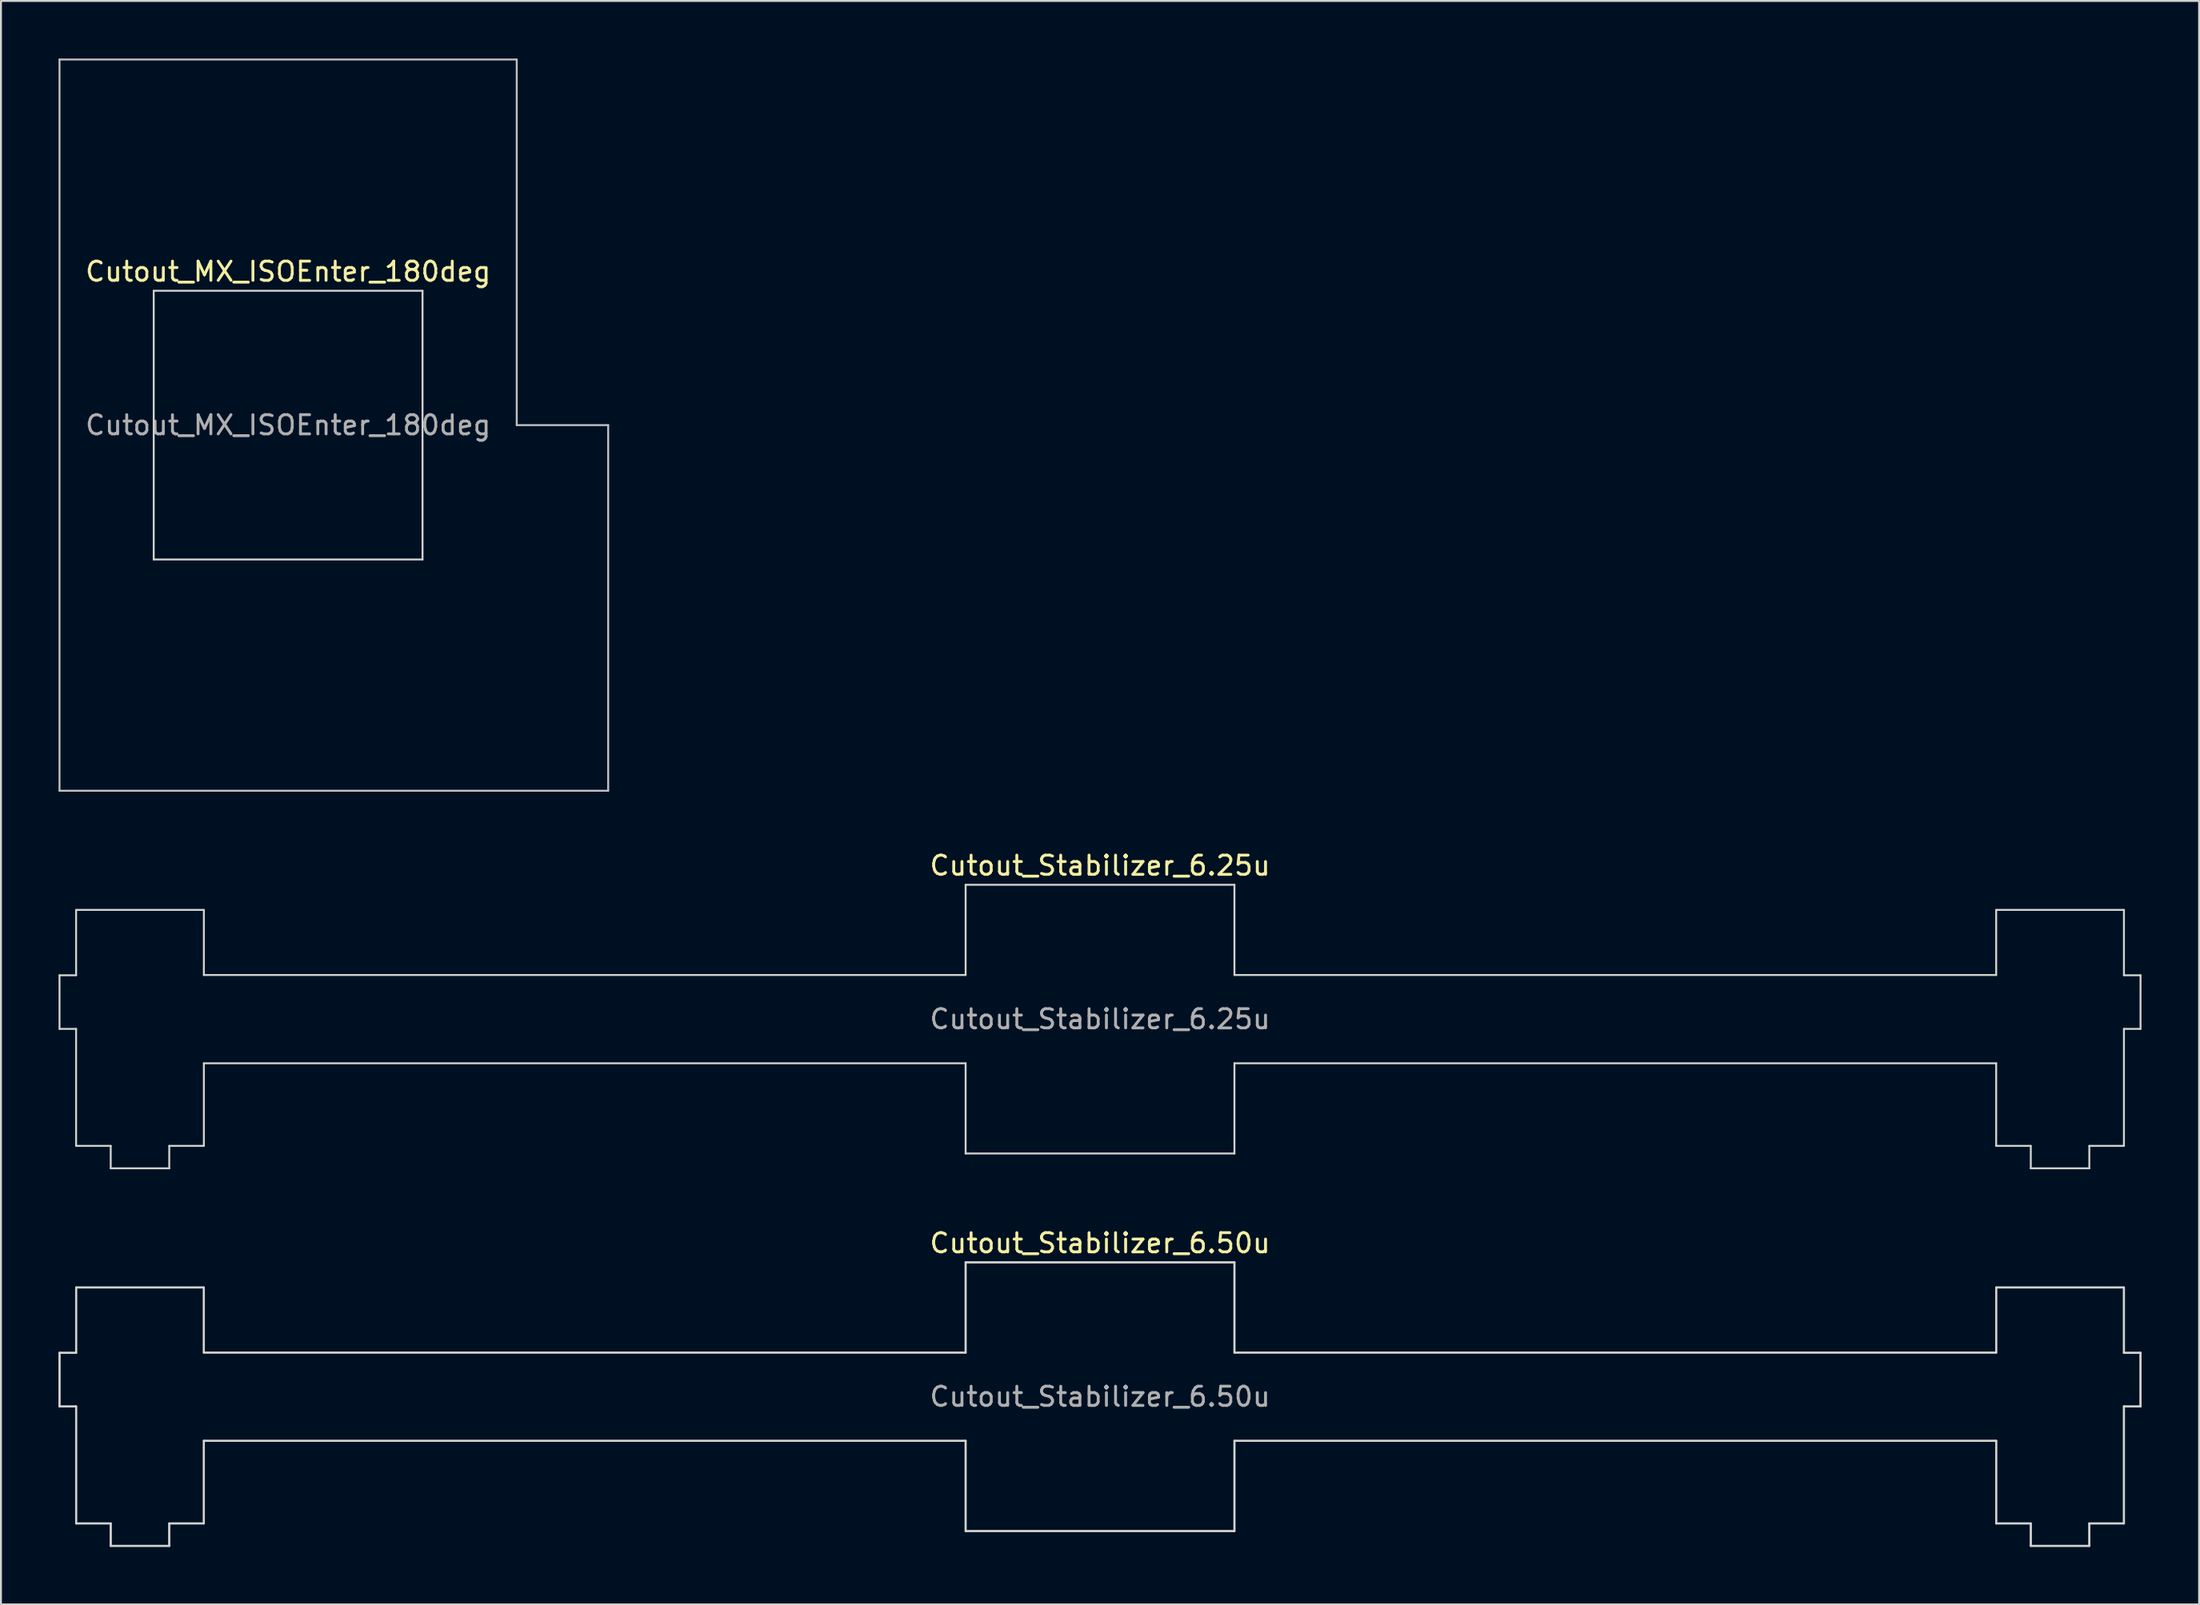
<source format=kicad_pcb>
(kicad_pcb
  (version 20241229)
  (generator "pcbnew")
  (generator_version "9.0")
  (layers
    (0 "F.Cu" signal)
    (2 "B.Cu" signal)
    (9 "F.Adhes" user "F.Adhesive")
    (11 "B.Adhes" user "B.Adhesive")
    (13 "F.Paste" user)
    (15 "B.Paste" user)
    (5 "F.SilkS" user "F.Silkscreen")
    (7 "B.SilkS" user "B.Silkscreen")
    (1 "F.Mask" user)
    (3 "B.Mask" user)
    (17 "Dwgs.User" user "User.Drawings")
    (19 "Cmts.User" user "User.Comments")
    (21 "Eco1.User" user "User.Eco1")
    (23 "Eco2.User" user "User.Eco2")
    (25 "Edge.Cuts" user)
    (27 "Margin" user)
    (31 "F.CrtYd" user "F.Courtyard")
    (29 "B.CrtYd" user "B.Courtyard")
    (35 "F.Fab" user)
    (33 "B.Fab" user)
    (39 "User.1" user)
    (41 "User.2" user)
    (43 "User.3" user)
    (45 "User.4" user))
  (footprint "Cutout_Stabilizer_6.25u"
    (layer "F.Cu")
    (at 54.241 50.048)
    (property "Reference" "Cutout_Stabilizer_6.25u" (at 0 -8 0) (layer "F.SilkS") (effects (font (size 1 1) (thickness 0.15))))
    (attr through_hole)
    (fp_line (start -54.191 -2.286) (end -53.327 -2.286) (stroke (width 0.1) (type solid)) (layer "Edge.Cuts"))
    (fp_line (start -54.191 0.508) (end -54.191 -2.286) (stroke (width 0.1) (type solid)) (layer "Edge.Cuts"))
    (fp_line (start -53.327 -5.69) (end -46.673 -5.69) (stroke (width 0.1) (type solid)) (layer "Edge.Cuts"))
    (fp_line (start -53.327 -2.286) (end -53.327 -5.69) (stroke (width 0.1) (type solid)) (layer "Edge.Cuts"))
    (fp_line (start -53.327 0.508) (end -54.191 0.508) (stroke (width 0.1) (type solid)) (layer "Edge.Cuts"))
    (fp_line (start -53.327 6.604) (end -53.327 0.508) (stroke (width 0.1) (type solid)) (layer "Edge.Cuts"))
    (fp_line (start -51.524 6.604) (end -53.327 6.604) (stroke (width 0.1) (type solid)) (layer "Edge.Cuts"))
    (fp_line (start -51.524 7.772) (end -51.524 6.604) (stroke (width 0.1) (type solid)) (layer "Edge.Cuts"))
    (fp_line (start -48.476 6.604) (end -48.476 7.772) (stroke (width 0.1) (type solid)) (layer "Edge.Cuts"))
    (fp_line (start -48.476 7.772) (end -51.524 7.772) (stroke (width 0.1) (type solid)) (layer "Edge.Cuts"))
    (fp_line (start -46.673 -5.69) (end -46.673 -2.3) (stroke (width 0.1) (type solid)) (layer "Edge.Cuts"))
    (fp_line (start -46.673 -2.3) (end -7 -2.3) (stroke (width 0.1) (type solid)) (layer "Edge.Cuts"))
    (fp_line (start -46.673 2.3) (end -46.673 6.604) (stroke (width 0.1) (type solid)) (layer "Edge.Cuts"))
    (fp_line (start -46.673 6.604) (end -48.476 6.604) (stroke (width 0.1) (type solid)) (layer "Edge.Cuts"))
    (fp_line (start -7 -7) (end -7 -2.3) (stroke (width 0.1) (type solid)) (layer "Edge.Cuts"))
    (fp_line (start -7 -7) (end 7 -7) (stroke (width 0.1) (type solid)) (layer "Edge.Cuts"))
    (fp_line (start -7 2.3) (end -46.673 2.3) (stroke (width 0.1) (type solid)) (layer "Edge.Cuts"))
    (fp_line (start -7 2.3) (end -7 7) (stroke (width 0.1) (type solid)) (layer "Edge.Cuts"))
    (fp_line (start -7 7) (end 7 7) (stroke (width 0.1) (type solid)) (layer "Edge.Cuts"))
    (fp_line (start 7 -7) (end 7 -2.3) (stroke (width 0.1) (type solid)) (layer "Edge.Cuts"))
    (fp_line (start 7 2.3) (end 7 7) (stroke (width 0.1) (type solid)) (layer "Edge.Cuts"))
    (fp_line (start 7 2.3) (end 46.673 2.3) (stroke (width 0.1) (type solid)) (layer "Edge.Cuts"))
    (fp_line (start 46.673 -5.69) (end 46.673 -2.3) (stroke (width 0.1) (type solid)) (layer "Edge.Cuts"))
    (fp_line (start 46.673 -2.3) (end 7 -2.3) (stroke (width 0.1) (type solid)) (layer "Edge.Cuts"))
    (fp_line (start 46.673 2.3) (end 46.673 6.604) (stroke (width 0.1) (type solid)) (layer "Edge.Cuts"))
    (fp_line (start 46.673 6.604) (end 48.476 6.604) (stroke (width 0.1) (type solid)) (layer "Edge.Cuts"))
    (fp_line (start 48.476 6.604) (end 48.476 7.772) (stroke (width 0.1) (type solid)) (layer "Edge.Cuts"))
    (fp_line (start 48.476 7.772) (end 51.524 7.772) (stroke (width 0.1) (type solid)) (layer "Edge.Cuts"))
    (fp_line (start 51.524 6.604) (end 53.327 6.604) (stroke (width 0.1) (type solid)) (layer "Edge.Cuts"))
    (fp_line (start 51.524 7.772) (end 51.524 6.604) (stroke (width 0.1) (type solid)) (layer "Edge.Cuts"))
    (fp_line (start 53.327 -5.69) (end 46.673 -5.69) (stroke (width 0.1) (type solid)) (layer "Edge.Cuts"))
    (fp_line (start 53.327 -2.286) (end 53.327 -5.69) (stroke (width 0.1) (type solid)) (layer "Edge.Cuts"))
    (fp_line (start 53.327 0.508) (end 54.191 0.508) (stroke (width 0.1) (type solid)) (layer "Edge.Cuts"))
    (fp_line (start 53.327 6.604) (end 53.327 0.508) (stroke (width 0.1) (type solid)) (layer "Edge.Cuts"))
    (fp_line (start 54.191 -2.286) (end 53.327 -2.286) (stroke (width 0.1) (type solid)) (layer "Edge.Cuts"))
    (fp_line (start 54.191 0.508) (end 54.191 -2.286) (stroke (width 0.1) (type solid)) (layer "Edge.Cuts"))
    (fp_text user "${REFERENCE}" (at 0 0 0) (layer "F.Fab") (effects (font (size 1 1) (thickness 0.15)))))
  (footprint "Cutout_Stabilizer_6.50u"
    (layer "F.Cu")
    (at 54.241 69.719)
    (property "Reference" "Cutout_Stabilizer_6.50u" (at 0 -8 0) (layer "F.SilkS") (effects (font (size 1 1) (thickness 0.15))))
    (attr through_hole)
    (fp_line (start -54.191 -2.286) (end -53.327 -2.286) (stroke (width 0.1) (type solid)) (layer "Edge.Cuts"))
    (fp_line (start -54.191 -2.286) (end -53.327 -2.286) (stroke (width 0.1) (type solid)) (layer "Edge.Cuts"))
    (fp_line (start -54.191 0.508) (end -54.191 -2.286) (stroke (width 0.1) (type solid)) (layer "Edge.Cuts"))
    (fp_line (start -54.191 0.508) (end -54.191 -2.286) (stroke (width 0.1) (type solid)) (layer "Edge.Cuts"))
    (fp_line (start -53.327 -5.69) (end -46.673 -5.69) (stroke (width 0.1) (type solid)) (layer "Edge.Cuts"))
    (fp_line (start -53.327 -5.69) (end -46.673 -5.69) (stroke (width 0.1) (type solid)) (layer "Edge.Cuts"))
    (fp_line (start -53.327 -2.286) (end -53.327 -5.69) (stroke (width 0.1) (type solid)) (layer "Edge.Cuts"))
    (fp_line (start -53.327 -2.286) (end -53.327 -5.69) (stroke (width 0.1) (type solid)) (layer "Edge.Cuts"))
    (fp_line (start -53.327 0.508) (end -54.191 0.508) (stroke (width 0.1) (type solid)) (layer "Edge.Cuts"))
    (fp_line (start -53.327 0.508) (end -54.191 0.508) (stroke (width 0.1) (type solid)) (layer "Edge.Cuts"))
    (fp_line (start -53.327 6.604) (end -53.327 0.508) (stroke (width 0.1) (type solid)) (layer "Edge.Cuts"))
    (fp_line (start -53.327 6.604) (end -53.327 0.508) (stroke (width 0.1) (type solid)) (layer "Edge.Cuts"))
    (fp_line (start -51.524 6.604) (end -53.327 6.604) (stroke (width 0.1) (type solid)) (layer "Edge.Cuts"))
    (fp_line (start -51.524 6.604) (end -53.327 6.604) (stroke (width 0.1) (type solid)) (layer "Edge.Cuts"))
    (fp_line (start -51.524 7.772) (end -51.524 6.604) (stroke (width 0.1) (type solid)) (layer "Edge.Cuts"))
    (fp_line (start -51.524 7.772) (end -51.524 6.604) (stroke (width 0.1) (type solid)) (layer "Edge.Cuts"))
    (fp_line (start -48.476 6.604) (end -48.476 7.772) (stroke (width 0.1) (type solid)) (layer "Edge.Cuts"))
    (fp_line (start -48.476 6.604) (end -48.476 7.772) (stroke (width 0.1) (type solid)) (layer "Edge.Cuts"))
    (fp_line (start -48.476 7.772) (end -51.524 7.772) (stroke (width 0.1) (type solid)) (layer "Edge.Cuts"))
    (fp_line (start -48.476 7.772) (end -51.524 7.772) (stroke (width 0.1) (type solid)) (layer "Edge.Cuts"))
    (fp_line (start -46.673 -5.69) (end -46.673 -2.3) (stroke (width 0.1) (type solid)) (layer "Edge.Cuts"))
    (fp_line (start -46.673 -5.69) (end -46.673 -2.3) (stroke (width 0.1) (type solid)) (layer "Edge.Cuts"))
    (fp_line (start -46.673 -2.3) (end -7 -2.3) (stroke (width 0.1) (type solid)) (layer "Edge.Cuts"))
    (fp_line (start -46.673 -2.3) (end -7 -2.3) (stroke (width 0.1) (type solid)) (layer "Edge.Cuts"))
    (fp_line (start -46.673 2.3) (end -46.673 6.604) (stroke (width 0.1) (type solid)) (layer "Edge.Cuts"))
    (fp_line (start -46.673 2.3) (end -46.673 6.604) (stroke (width 0.1) (type solid)) (layer "Edge.Cuts"))
    (fp_line (start -46.673 6.604) (end -48.476 6.604) (stroke (width 0.1) (type solid)) (layer "Edge.Cuts"))
    (fp_line (start -46.673 6.604) (end -48.476 6.604) (stroke (width 0.1) (type solid)) (layer "Edge.Cuts"))
    (fp_line (start -7 -7) (end -7 -2.3) (stroke (width 0.1) (type solid)) (layer "Edge.Cuts"))
    (fp_line (start -7 -7) (end -7 -2.3) (stroke (width 0.1) (type solid)) (layer "Edge.Cuts"))
    (fp_line (start -7 -7) (end 7 -7) (stroke (width 0.1) (type solid)) (layer "Edge.Cuts"))
    (fp_line (start -7 -7) (end 7 -7) (stroke (width 0.1) (type solid)) (layer "Edge.Cuts"))
    (fp_line (start -7 2.3) (end -46.673 2.3) (stroke (width 0.1) (type solid)) (layer "Edge.Cuts"))
    (fp_line (start -7 2.3) (end -46.673 2.3) (stroke (width 0.1) (type solid)) (layer "Edge.Cuts"))
    (fp_line (start -7 2.3) (end -7 7) (stroke (width 0.1) (type solid)) (layer "Edge.Cuts"))
    (fp_line (start -7 2.3) (end -7 7) (stroke (width 0.1) (type solid)) (layer "Edge.Cuts"))
    (fp_line (start -7 7) (end 7 7) (stroke (width 0.1) (type solid)) (layer "Edge.Cuts"))
    (fp_line (start -7 7) (end 7 7) (stroke (width 0.1) (type solid)) (layer "Edge.Cuts"))
    (fp_line (start 7 -7) (end 7 -2.3) (stroke (width 0.1) (type solid)) (layer "Edge.Cuts"))
    (fp_line (start 7 -7) (end 7 -2.3) (stroke (width 0.1) (type solid)) (layer "Edge.Cuts"))
    (fp_line (start 7 2.3) (end 7 7) (stroke (width 0.1) (type solid)) (layer "Edge.Cuts"))
    (fp_line (start 7 2.3) (end 7 7) (stroke (width 0.1) (type solid)) (layer "Edge.Cuts"))
    (fp_line (start 7 2.3) (end 46.673 2.3) (stroke (width 0.1) (type solid)) (layer "Edge.Cuts"))
    (fp_line (start 7 2.3) (end 46.673 2.3) (stroke (width 0.1) (type solid)) (layer "Edge.Cuts"))
    (fp_line (start 46.673 -5.69) (end 46.673 -2.3) (stroke (width 0.1) (type solid)) (layer "Edge.Cuts"))
    (fp_line (start 46.673 -5.69) (end 46.673 -2.3) (stroke (width 0.1) (type solid)) (layer "Edge.Cuts"))
    (fp_line (start 46.673 -2.3) (end 7 -2.3) (stroke (width 0.1) (type solid)) (layer "Edge.Cuts"))
    (fp_line (start 46.673 -2.3) (end 7 -2.3) (stroke (width 0.1) (type solid)) (layer "Edge.Cuts"))
    (fp_line (start 46.673 2.3) (end 46.673 6.604) (stroke (width 0.1) (type solid)) (layer "Edge.Cuts"))
    (fp_line (start 46.673 2.3) (end 46.673 6.604) (stroke (width 0.1) (type solid)) (layer "Edge.Cuts"))
    (fp_line (start 46.673 6.604) (end 48.476 6.604) (stroke (width 0.1) (type solid)) (layer "Edge.Cuts"))
    (fp_line (start 46.673 6.604) (end 48.476 6.604) (stroke (width 0.1) (type solid)) (layer "Edge.Cuts"))
    (fp_line (start 48.476 6.604) (end 48.476 7.772) (stroke (width 0.1) (type solid)) (layer "Edge.Cuts"))
    (fp_line (start 48.476 6.604) (end 48.476 7.772) (stroke (width 0.1) (type solid)) (layer "Edge.Cuts"))
    (fp_line (start 48.476 7.772) (end 51.524 7.772) (stroke (width 0.1) (type solid)) (layer "Edge.Cuts"))
    (fp_line (start 48.476 7.772) (end 51.524 7.772) (stroke (width 0.1) (type solid)) (layer "Edge.Cuts"))
    (fp_line (start 51.524 6.604) (end 53.327 6.604) (stroke (width 0.1) (type solid)) (layer "Edge.Cuts"))
    (fp_line (start 51.524 6.604) (end 53.327 6.604) (stroke (width 0.1) (type solid)) (layer "Edge.Cuts"))
    (fp_line (start 51.524 7.772) (end 51.524 6.604) (stroke (width 0.1) (type solid)) (layer "Edge.Cuts"))
    (fp_line (start 51.524 7.772) (end 51.524 6.604) (stroke (width 0.1) (type solid)) (layer "Edge.Cuts"))
    (fp_line (start 53.327 -5.69) (end 46.673 -5.69) (stroke (width 0.1) (type solid)) (layer "Edge.Cuts"))
    (fp_line (start 53.327 -5.69) (end 46.673 -5.69) (stroke (width 0.1) (type solid)) (layer "Edge.Cuts"))
    (fp_line (start 53.327 -2.286) (end 53.327 -5.69) (stroke (width 0.1) (type solid)) (layer "Edge.Cuts"))
    (fp_line (start 53.327 -2.286) (end 53.327 -5.69) (stroke (width 0.1) (type solid)) (layer "Edge.Cuts"))
    (fp_line (start 53.327 0.508) (end 54.191 0.508) (stroke (width 0.1) (type solid)) (layer "Edge.Cuts"))
    (fp_line (start 53.327 0.508) (end 54.191 0.508) (stroke (width 0.1) (type solid)) (layer "Edge.Cuts"))
    (fp_line (start 53.327 6.604) (end 53.327 0.508) (stroke (width 0.1) (type solid)) (layer "Edge.Cuts"))
    (fp_line (start 53.327 6.604) (end 53.327 0.508) (stroke (width 0.1) (type solid)) (layer "Edge.Cuts"))
    (fp_line (start 54.191 -2.286) (end 53.327 -2.286) (stroke (width 0.1) (type solid)) (layer "Edge.Cuts"))
    (fp_line (start 54.191 -2.286) (end 53.327 -2.286) (stroke (width 0.1) (type solid)) (layer "Edge.Cuts"))
    (fp_line (start 54.191 0.508) (end 54.191 -2.286) (stroke (width 0.1) (type solid)) (layer "Edge.Cuts"))
    (fp_line (start 54.191 0.508) (end 54.191 -2.286) (stroke (width 0.1) (type solid)) (layer "Edge.Cuts"))
    (fp_text user "${REFERENCE}" (at 0 0 0) (layer "F.Fab") (effects (font (size 1 1) (thickness 0.15)))))
  (footprint "Cutout_MX_ISOEnter_180deg"
    (layer "F.Cu")
    (at 11.956 19.1)
    (property "Reference" "Cutout_MX_ISOEnter_180deg" (at 0 -8 0) (layer "F.SilkS") (effects (font (size 1 1) (thickness 0.15))))
    (attr through_hole)
    (fp_line (start -11.906 -19.05) (end -11.906 19.05) (stroke (width 0.1) (type solid)) (layer "Dwgs.User"))
    (fp_line (start -11.906 19.05) (end 16.669 19.05) (stroke (width 0.1) (type solid)) (layer "Dwgs.User"))
    (fp_line (start 11.906 -19.05) (end -11.906 -19.05) (stroke (width 0.1) (type solid)) (layer "Dwgs.User"))
    (fp_line (start 11.906 0) (end 11.906 -19.05) (stroke (width 0.1) (type solid)) (layer "Dwgs.User"))
    (fp_line (start 16.669 0) (end 11.906 0) (stroke (width 0.1) (type solid)) (layer "Dwgs.User"))
    (fp_line (start 16.669 19.05) (end 16.669 0) (stroke (width 0.1) (type solid)) (layer "Dwgs.User"))
    (fp_line (start -7 -7) (end -7 7) (stroke (width 0.1) (type solid)) (layer "Edge.Cuts"))
    (fp_line (start -7 7) (end 7 7) (stroke (width 0.1) (type solid)) (layer "Edge.Cuts"))
    (fp_line (start 7 -7) (end -7 -7) (stroke (width 0.1) (type solid)) (layer "Edge.Cuts"))
    (fp_line (start 7 7) (end 7 -7) (stroke (width 0.1) (type solid)) (layer "Edge.Cuts"))
    (fp_text user "${REFERENCE}" (at 0 0 0) (layer "F.Fab") (effects (font (size 1 1) (thickness 0.15)))))
  (gr_rect
    (start -3 -3)
    (end 111.482 80.541)
    (stroke (width 0.1) (type default))
    (fill no)
    (layer "Edge.Cuts")))
</source>
